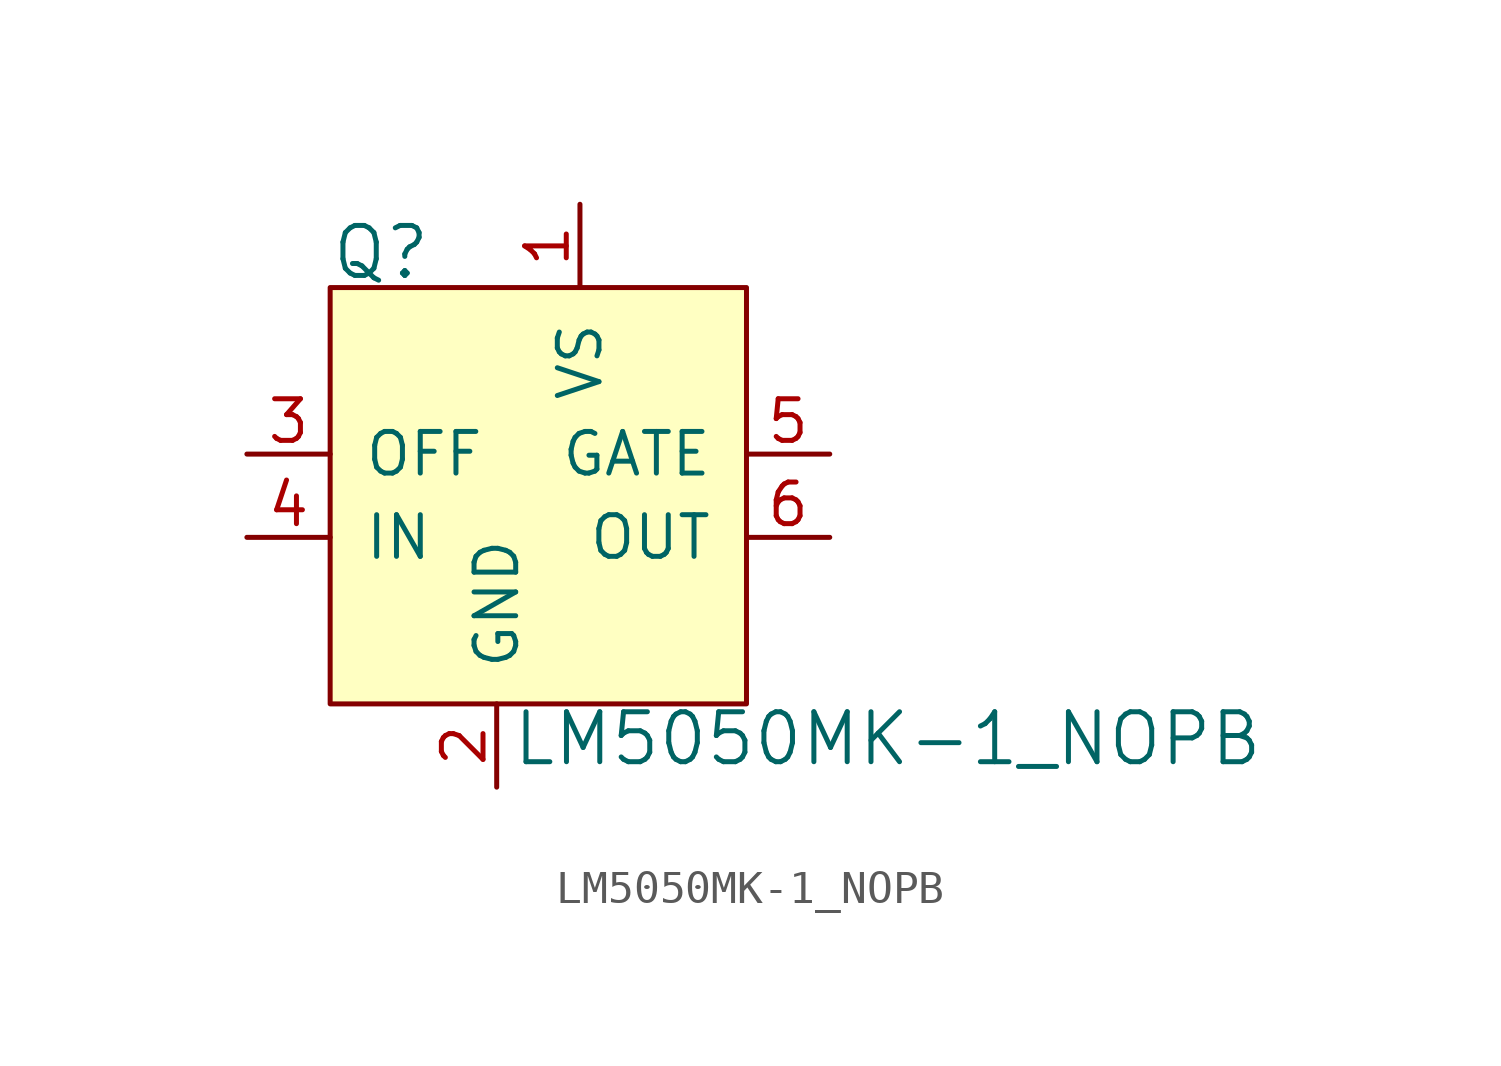
<source format=kicad_sym>
(kicad_symbol_lib
  (version 20211014)
  (generator kicad_symbol_editor)
  (symbol "LM5050MK-1_NOPB"
    (pin_names
      (offset 1.016))
    (property "Reference" "Q"
      (at -5.08 6.147 0)
      (effects (font (size 1.524 1.524)) (justify left)))
    (property "Value" "LM5050MK-1_NOPB"
      (at 0.432 -8.687 0)
      (effects (font (size 1.524 1.524)) (justify left)))
    (symbol "LM5050MK-1_NOPB_0_1"
      (rectangle (start -5.08 5.08) (end 7.62 -7.62) (stroke (width 0) (type default) (color 0 0 0 0)) (fill (type background))))
    (symbol "LM5050MK-1_NOPB_1_1"
      (pin power_in line (at 2.54 7.62 270) (length 2.54) (name "VS" (effects (font (size 1.27 1.27)))) (number "1" (effects (font (size 1.27 1.27)))))
      (pin power_in line (at 0 -10.16 90) (length 2.54) (name "GND" (effects (font (size 1.27 1.27)))) (number "2" (effects (font (size 1.27 1.27)))))
      (pin input line (at -7.62 0 0) (length 2.54) (name "OFF" (effects (font (size 1.27 1.27)))) (number "3" (effects (font (size 1.27 1.27)))))
      (pin input line (at -7.62 -2.54 0) (length 2.54) (name "IN" (effects (font (size 1.27 1.27)))) (number "4" (effects (font (size 1.27 1.27)))))
      (pin output line (at 10.16 0 180) (length 2.54) (name "GATE" (effects (font (size 1.27 1.27)))) (number "5" (effects (font (size 1.27 1.27)))))
      (pin output line (at 10.16 -2.54 180) (length 2.54) (name "OUT" (effects (font (size 1.27 1.27)))) (number "6" (effects (font (size 1.27 1.27))))))))
</source>
